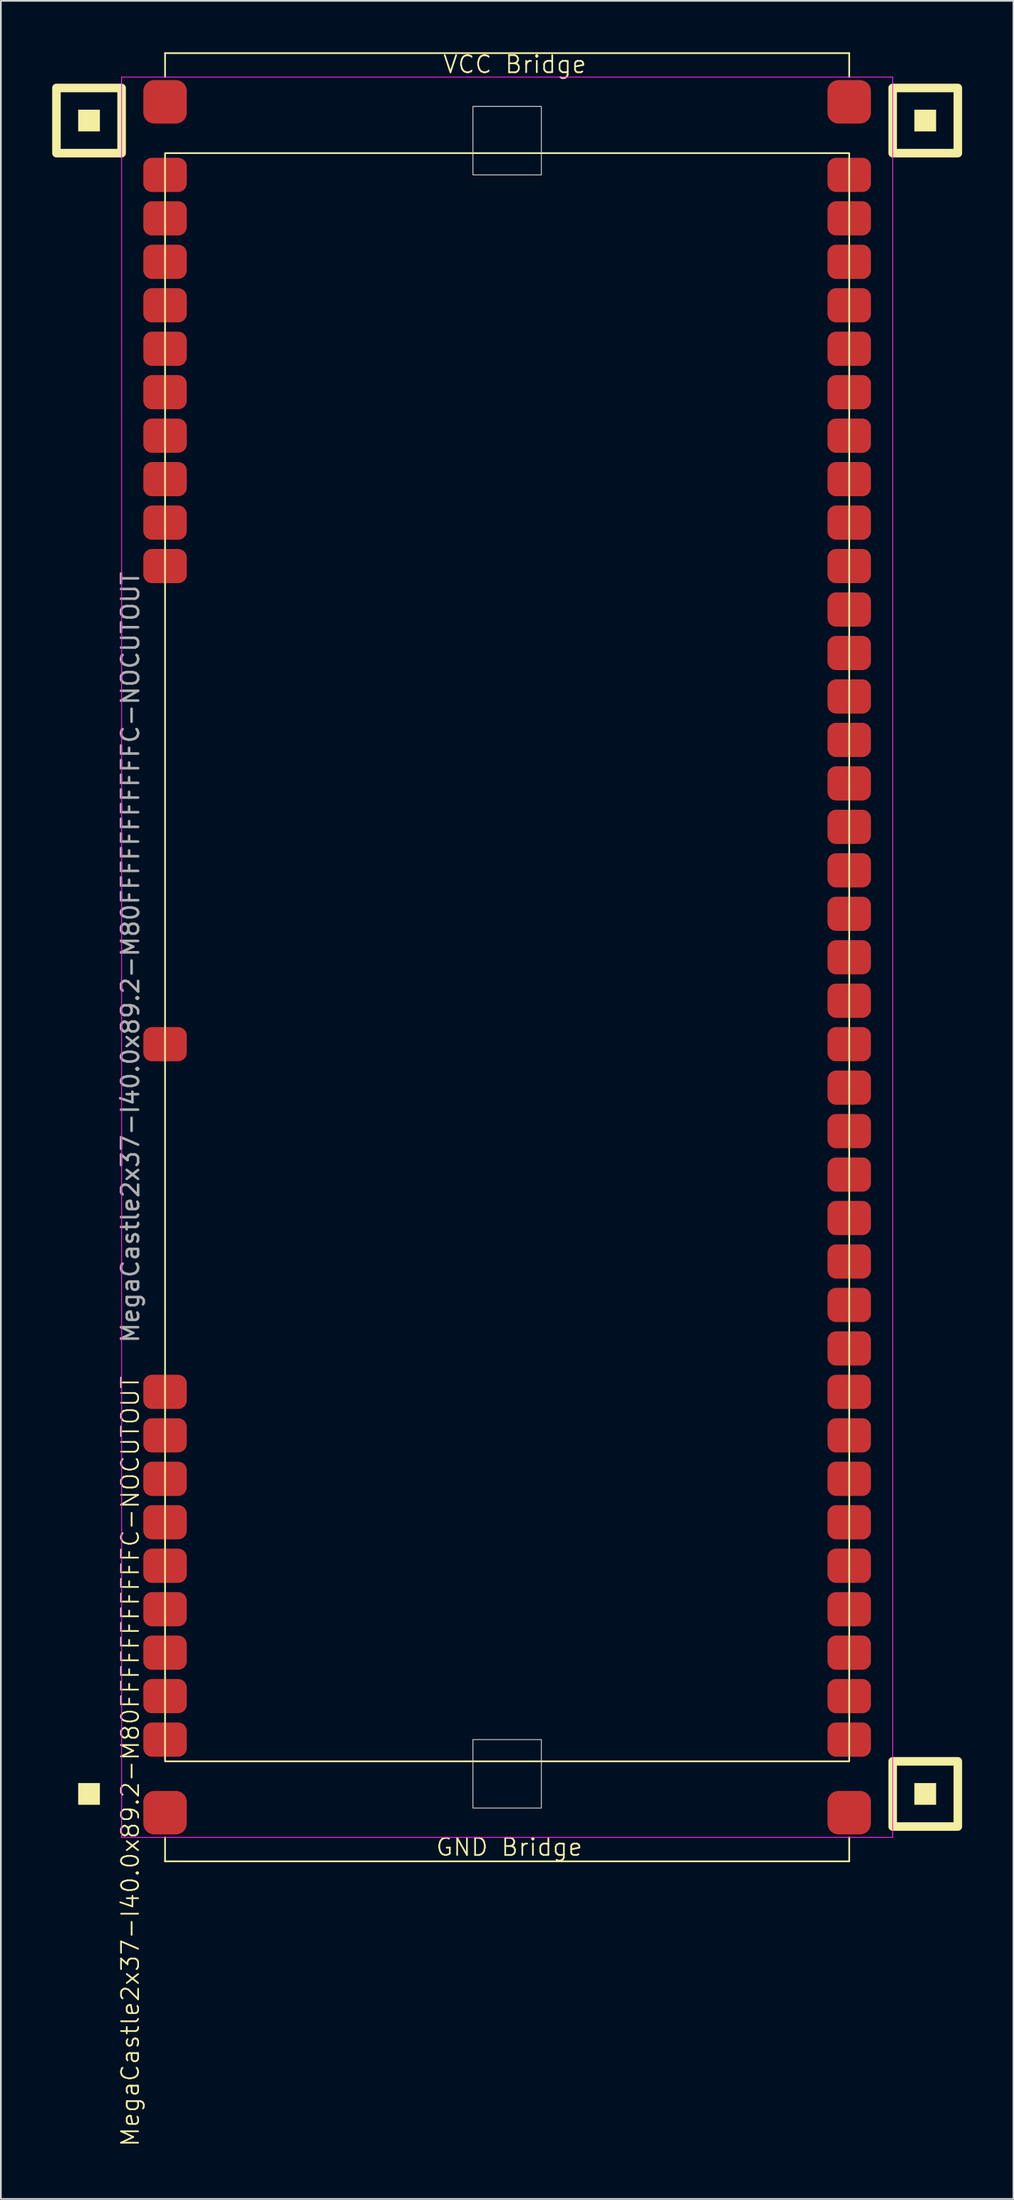
<source format=kicad_pcb>
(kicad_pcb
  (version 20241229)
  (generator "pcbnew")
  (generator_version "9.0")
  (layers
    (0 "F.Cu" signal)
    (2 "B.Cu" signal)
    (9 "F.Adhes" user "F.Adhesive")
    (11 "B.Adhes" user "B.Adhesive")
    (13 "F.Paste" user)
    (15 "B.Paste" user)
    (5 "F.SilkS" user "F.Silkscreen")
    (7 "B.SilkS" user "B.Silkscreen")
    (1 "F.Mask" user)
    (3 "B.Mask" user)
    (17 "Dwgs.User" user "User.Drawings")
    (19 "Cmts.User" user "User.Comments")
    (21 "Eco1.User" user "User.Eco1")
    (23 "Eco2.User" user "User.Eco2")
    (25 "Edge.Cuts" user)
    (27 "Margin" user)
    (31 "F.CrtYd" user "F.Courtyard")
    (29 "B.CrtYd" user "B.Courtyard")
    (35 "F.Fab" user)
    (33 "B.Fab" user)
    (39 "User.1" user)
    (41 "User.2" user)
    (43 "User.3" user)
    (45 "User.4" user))
  (footprint "MegaCastle2x37-I40.0x89.2-M80FFFFFFFFFFFC-NOCUTOUT"
    (layer "F.Cu")
    (at 26.6 52.89)
    (property "Reference" "MegaCastle2x37-I40.0x89.2-M80FFFFFFFFFFFC-NOCUTOUT" (at -22.032 46.99 90) (unlocked yes) (layer "F.SilkS") (effects (font (size 1 1) (thickness 0.1))))
    (attr smd)
    (fp_line (start -20 -52.835) (end 20 -52.835) (stroke (width 0.1) (type default)) (layer "F.SilkS"))
    (fp_line (start -20 -51.435) (end -20 -52.835) (stroke (width 0.1) (type default)) (layer "F.SilkS"))
    (fp_line (start -20 51.435) (end -20 52.835) (stroke (width 0.1) (type default)) (layer "F.SilkS"))
    (fp_line (start -20 52.835) (end 20 52.835) (stroke (width 0.1) (type default)) (layer "F.SilkS"))
    (fp_line (start 20 -51.435) (end 20 -52.835) (stroke (width 0.1) (type default)) (layer "F.SilkS"))
    (fp_line (start 20 51.435) (end 20 52.835) (stroke (width 0.1) (type default)) (layer "F.SilkS"))
    (fp_rect (start -23.81 -48.26) (end -25.08 -49.53) (stroke (width 0) (type solid)) (fill yes) (layer "F.SilkS"))
    (fp_rect (start -23.81 49.53) (end -25.08 48.26) (stroke (width 0) (type solid)) (fill yes) (layer "F.SilkS"))
    (fp_rect (start -22.54 -46.99) (end -26.35 -50.8) (stroke (width 0.5) (type default)) (fill no) (layer "F.SilkS"))
    (fp_rect (start -20 -46.99) (end 20 46.99) (stroke (width 0.1) (type default)) (fill no) (layer "F.SilkS"))
    (fp_rect (start 25.08 -48.26) (end 23.81 -49.53) (stroke (width 0) (type solid)) (fill yes) (layer "F.SilkS"))
    (fp_rect (start 25.08 49.53) (end 23.81 48.26) (stroke (width 0) (type solid)) (fill yes) (layer "F.SilkS"))
    (fp_rect (start 26.35 -46.99) (end 22.54 -50.8) (stroke (width 0.5) (type default)) (fill no) (layer "F.SilkS"))
    (fp_rect (start 26.35 50.8) (end 22.54 46.99) (stroke (width 0.5) (type default)) (fill no) (layer "F.SilkS"))
    (fp_rect (start -2 -45.72) (end 2 -49.72) (stroke (width 0.05) (type default)) (fill no) (layer "Edge.Cuts"))
    (fp_rect (start -2 45.72) (end 2 49.72) (stroke (width 0.05) (type default)) (fill no) (layer "Edge.Cuts"))
    (fp_line (start -22.54 -51.435) (end -22.54 51.435) (stroke (width 0.05) (type default)) (layer "F.CrtYd"))
    (fp_line (start -22.54 51.435) (end 22.54 51.435) (stroke (width 0.05) (type default)) (layer "F.CrtYd"))
    (fp_line (start 22.54 -51.435) (end -22.54 -51.435) (stroke (width 0.05) (type default)) (layer "F.CrtYd"))
    (fp_line (start 22.54 -51.435) (end 22.54 51.435) (stroke (width 0.05) (type default)) (layer "F.CrtYd"))
    (fp_text user "GND Bridge" (at -4.226 52.59 0) (unlocked yes) (layer "F.SilkS") (effects (font (size 1 1) (thickness 0.1)) (justify left bottom)))
    (fp_text user "VCC Bridge" (at -3.81 -51.59 0) (unlocked yes) (layer "F.SilkS") (effects (font (size 1 1) (thickness 0.1)) (justify left bottom)))
    (fp_text user "${REFERENCE}" (at -22.032 0 90) (unlocked yes) (layer "F.Fab") (effects (font (size 1 1) (thickness 0.15))))
    (pad "1" smd roundrect (at -20 -45.72) (size 2.54 2) (layers "F.Cu" "F.Mask" "F.Paste") (roundrect_rratio 0.25))
    (pad "2" smd roundrect (at -20 -43.18) (size 2.54 2) (layers "F.Cu" "F.Mask" "F.Paste") (roundrect_rratio 0.25))
    (pad "3" smd roundrect (at -20 -40.64) (size 2.54 2) (layers "F.Cu" "F.Mask" "F.Paste") (roundrect_rratio 0.25))
    (pad "4" smd roundrect (at -20 -38.1) (size 2.54 2) (layers "F.Cu" "F.Mask" "F.Paste") (roundrect_rratio 0.25))
    (pad "5" smd roundrect (at -20 -35.56) (size 2.54 2) (layers "F.Cu" "F.Mask" "F.Paste") (roundrect_rratio 0.25))
    (pad "6" smd roundrect (at -20 -33.02) (size 2.54 2) (layers "F.Cu" "F.Mask" "F.Paste") (roundrect_rratio 0.25))
    (pad "7" smd roundrect (at -20 -30.48) (size 2.54 2) (layers "F.Cu" "F.Mask" "F.Paste") (roundrect_rratio 0.25))
    (pad "8" smd roundrect (at -20 -27.94) (size 2.54 2) (layers "F.Cu" "F.Mask" "F.Paste") (roundrect_rratio 0.25))
    (pad "9" smd roundrect (at -20 -25.4) (size 2.54 2) (layers "F.Cu" "F.Mask" "F.Paste") (roundrect_rratio 0.25))
    (pad "10" smd roundrect (at -20 -22.86) (size 2.54 2) (layers "F.Cu" "F.Mask" "F.Paste") (roundrect_rratio 0.25))
    (pad "21" smd roundrect (at -20 5.08) (size 2.54 2) (layers "F.Cu" "F.Mask" "F.Paste") (roundrect_rratio 0.25))
    (pad "29" smd roundrect (at -20 25.4) (size 2.54 2) (layers "F.Cu" "F.Mask" "F.Paste") (roundrect_rratio 0.25))
    (pad "30" smd roundrect (at -20 27.94) (size 2.54 2) (layers "F.Cu" "F.Mask" "F.Paste") (roundrect_rratio 0.25))
    (pad "31" smd roundrect (at -20 30.48) (size 2.54 2) (layers "F.Cu" "F.Mask" "F.Paste") (roundrect_rratio 0.25))
    (pad "32" smd roundrect (at -20 33.02) (size 2.54 2) (layers "F.Cu" "F.Mask" "F.Paste") (roundrect_rratio 0.25))
    (pad "33" smd roundrect (at -20 35.56) (size 2.54 2) (layers "F.Cu" "F.Mask" "F.Paste") (roundrect_rratio 0.25))
    (pad "34" smd roundrect (at -20 38.1) (size 2.54 2) (layers "F.Cu" "F.Mask" "F.Paste") (roundrect_rratio 0.25))
    (pad "35" smd roundrect (at -20 40.64) (size 2.54 2) (layers "F.Cu" "F.Mask" "F.Paste") (roundrect_rratio 0.25))
    (pad "36" smd roundrect (at -20 43.18) (size 2.54 2) (layers "F.Cu" "F.Mask" "F.Paste") (roundrect_rratio 0.25))
    (pad "37" smd roundrect (at -20 45.72) (size 2.54 2) (layers "F.Cu" "F.Mask" "F.Paste") (roundrect_rratio 0.25))
    (pad "38" smd roundrect (at 20 -45.72) (size 2.54 2) (layers "F.Cu" "F.Mask" "F.Paste") (roundrect_rratio 0.25))
    (pad "39" smd roundrect (at 20 -43.18) (size 2.54 2) (layers "F.Cu" "F.Mask" "F.Paste") (roundrect_rratio 0.25))
    (pad "40" smd roundrect (at 20 -40.64) (size 2.54 2) (layers "F.Cu" "F.Mask" "F.Paste") (roundrect_rratio 0.25))
    (pad "41" smd roundrect (at 20 -38.1) (size 2.54 2) (layers "F.Cu" "F.Mask" "F.Paste") (roundrect_rratio 0.25))
    (pad "42" smd roundrect (at 20 -35.56) (size 2.54 2) (layers "F.Cu" "F.Mask" "F.Paste") (roundrect_rratio 0.25))
    (pad "43" smd roundrect (at 20 -33.02) (size 2.54 2) (layers "F.Cu" "F.Mask" "F.Paste") (roundrect_rratio 0.25))
    (pad "44" smd roundrect (at 20 -30.48) (size 2.54 2) (layers "F.Cu" "F.Mask" "F.Paste") (roundrect_rratio 0.25))
    (pad "45" smd roundrect (at 20 -27.94) (size 2.54 2) (layers "F.Cu" "F.Mask" "F.Paste") (roundrect_rratio 0.25))
    (pad "46" smd roundrect (at 20 -25.4) (size 2.54 2) (layers "F.Cu" "F.Mask" "F.Paste") (roundrect_rratio 0.25))
    (pad "47" smd roundrect (at 20 -22.86) (size 2.54 2) (layers "F.Cu" "F.Mask" "F.Paste") (roundrect_rratio 0.25))
    (pad "48" smd roundrect (at 20 -20.32) (size 2.54 2) (layers "F.Cu" "F.Mask" "F.Paste") (roundrect_rratio 0.25))
    (pad "49" smd roundrect (at 20 -17.78) (size 2.54 2) (layers "F.Cu" "F.Mask" "F.Paste") (roundrect_rratio 0.25))
    (pad "50" smd roundrect (at 20 -15.24) (size 2.54 2) (layers "F.Cu" "F.Mask" "F.Paste") (roundrect_rratio 0.25))
    (pad "51" smd roundrect (at 20 -12.7) (size 2.54 2) (layers "F.Cu" "F.Mask" "F.Paste") (roundrect_rratio 0.25))
    (pad "52" smd roundrect (at 20 -10.16) (size 2.54 2) (layers "F.Cu" "F.Mask" "F.Paste") (roundrect_rratio 0.25))
    (pad "53" smd roundrect (at 20 -7.62) (size 2.54 2) (layers "F.Cu" "F.Mask" "F.Paste") (roundrect_rratio 0.25))
    (pad "54" smd roundrect (at 20 -5.08) (size 2.54 2) (layers "F.Cu" "F.Mask" "F.Paste") (roundrect_rratio 0.25))
    (pad "55" smd roundrect (at 20 -2.54) (size 2.54 2) (layers "F.Cu" "F.Mask" "F.Paste") (roundrect_rratio 0.25))
    (pad "56" smd roundrect (at 20 0) (size 2.54 2) (layers "F.Cu" "F.Mask" "F.Paste") (roundrect_rratio 0.25))
    (pad "57" smd roundrect (at 20 2.54) (size 2.54 2) (layers "F.Cu" "F.Mask" "F.Paste") (roundrect_rratio 0.25))
    (pad "58" smd roundrect (at 20 5.08) (size 2.54 2) (layers "F.Cu" "F.Mask" "F.Paste") (roundrect_rratio 0.25))
    (pad "59" smd roundrect (at 20 7.62) (size 2.54 2) (layers "F.Cu" "F.Mask" "F.Paste") (roundrect_rratio 0.25))
    (pad "60" smd roundrect (at 20 10.16) (size 2.54 2) (layers "F.Cu" "F.Mask" "F.Paste") (roundrect_rratio 0.25))
    (pad "61" smd roundrect (at 20 12.7) (size 2.54 2) (layers "F.Cu" "F.Mask" "F.Paste") (roundrect_rratio 0.25))
    (pad "62" smd roundrect (at 20 15.24) (size 2.54 2) (layers "F.Cu" "F.Mask" "F.Paste") (roundrect_rratio 0.25))
    (pad "63" smd roundrect (at 20 17.78) (size 2.54 2) (layers "F.Cu" "F.Mask" "F.Paste") (roundrect_rratio 0.25))
    (pad "64" smd roundrect (at 20 20.32) (size 2.54 2) (layers "F.Cu" "F.Mask" "F.Paste") (roundrect_rratio 0.25))
    (pad "65" smd roundrect (at 20 22.86) (size 2.54 2) (layers "F.Cu" "F.Mask" "F.Paste") (roundrect_rratio 0.25))
    (pad "66" smd roundrect (at 20 25.4) (size 2.54 2) (layers "F.Cu" "F.Mask" "F.Paste") (roundrect_rratio 0.25))
    (pad "67" smd roundrect (at 20 27.94) (size 2.54 2) (layers "F.Cu" "F.Mask" "F.Paste") (roundrect_rratio 0.25))
    (pad "68" smd roundrect (at 20 30.48) (size 2.54 2) (layers "F.Cu" "F.Mask" "F.Paste") (roundrect_rratio 0.25))
    (pad "69" smd roundrect (at 20 33.02) (size 2.54 2) (layers "F.Cu" "F.Mask" "F.Paste") (roundrect_rratio 0.25))
    (pad "70" smd roundrect (at 20 35.56) (size 2.54 2) (layers "F.Cu" "F.Mask" "F.Paste") (roundrect_rratio 0.25))
    (pad "71" smd roundrect (at 20 38.1) (size 2.54 2) (layers "F.Cu" "F.Mask" "F.Paste") (roundrect_rratio 0.25))
    (pad "72" smd roundrect (at 20 40.64) (size 2.54 2) (layers "F.Cu" "F.Mask" "F.Paste") (roundrect_rratio 0.25))
    (pad "73" smd roundrect (at 20 43.18) (size 2.54 2) (layers "F.Cu" "F.Mask" "F.Paste") (roundrect_rratio 0.25))
    (pad "74" smd roundrect (at 20 45.72) (size 2.54 2) (layers "F.Cu" "F.Mask" "F.Paste") (roundrect_rratio 0.25))
    (pad "A1" smd roundrect (at -20 -49.99) (size 2.54 2.54) (layers "F.Cu" "F.Mask" "F.Paste") (roundrect_rratio 0.25))
    (pad "A2" smd roundrect (at 20 -49.99) (size 2.54 2.54) (layers "F.Cu" "F.Mask" "F.Paste") (roundrect_rratio 0.25))
    (pad "B1" smd roundrect (at -20 49.99) (size 2.54 2.54) (layers "F.Cu" "F.Mask" "F.Paste") (roundrect_rratio 0.25))
    (pad "B2" smd roundrect (at 20 49.99) (size 2.54 2.54) (layers "F.Cu" "F.Mask" "F.Paste") (roundrect_rratio 0.25)))
  (gr_rect
    (start -3 -3)
    (end 56.2 125.454)
    (stroke (width 0.1) (type default))
    (fill no)
    (layer "Edge.Cuts")))
</source>
